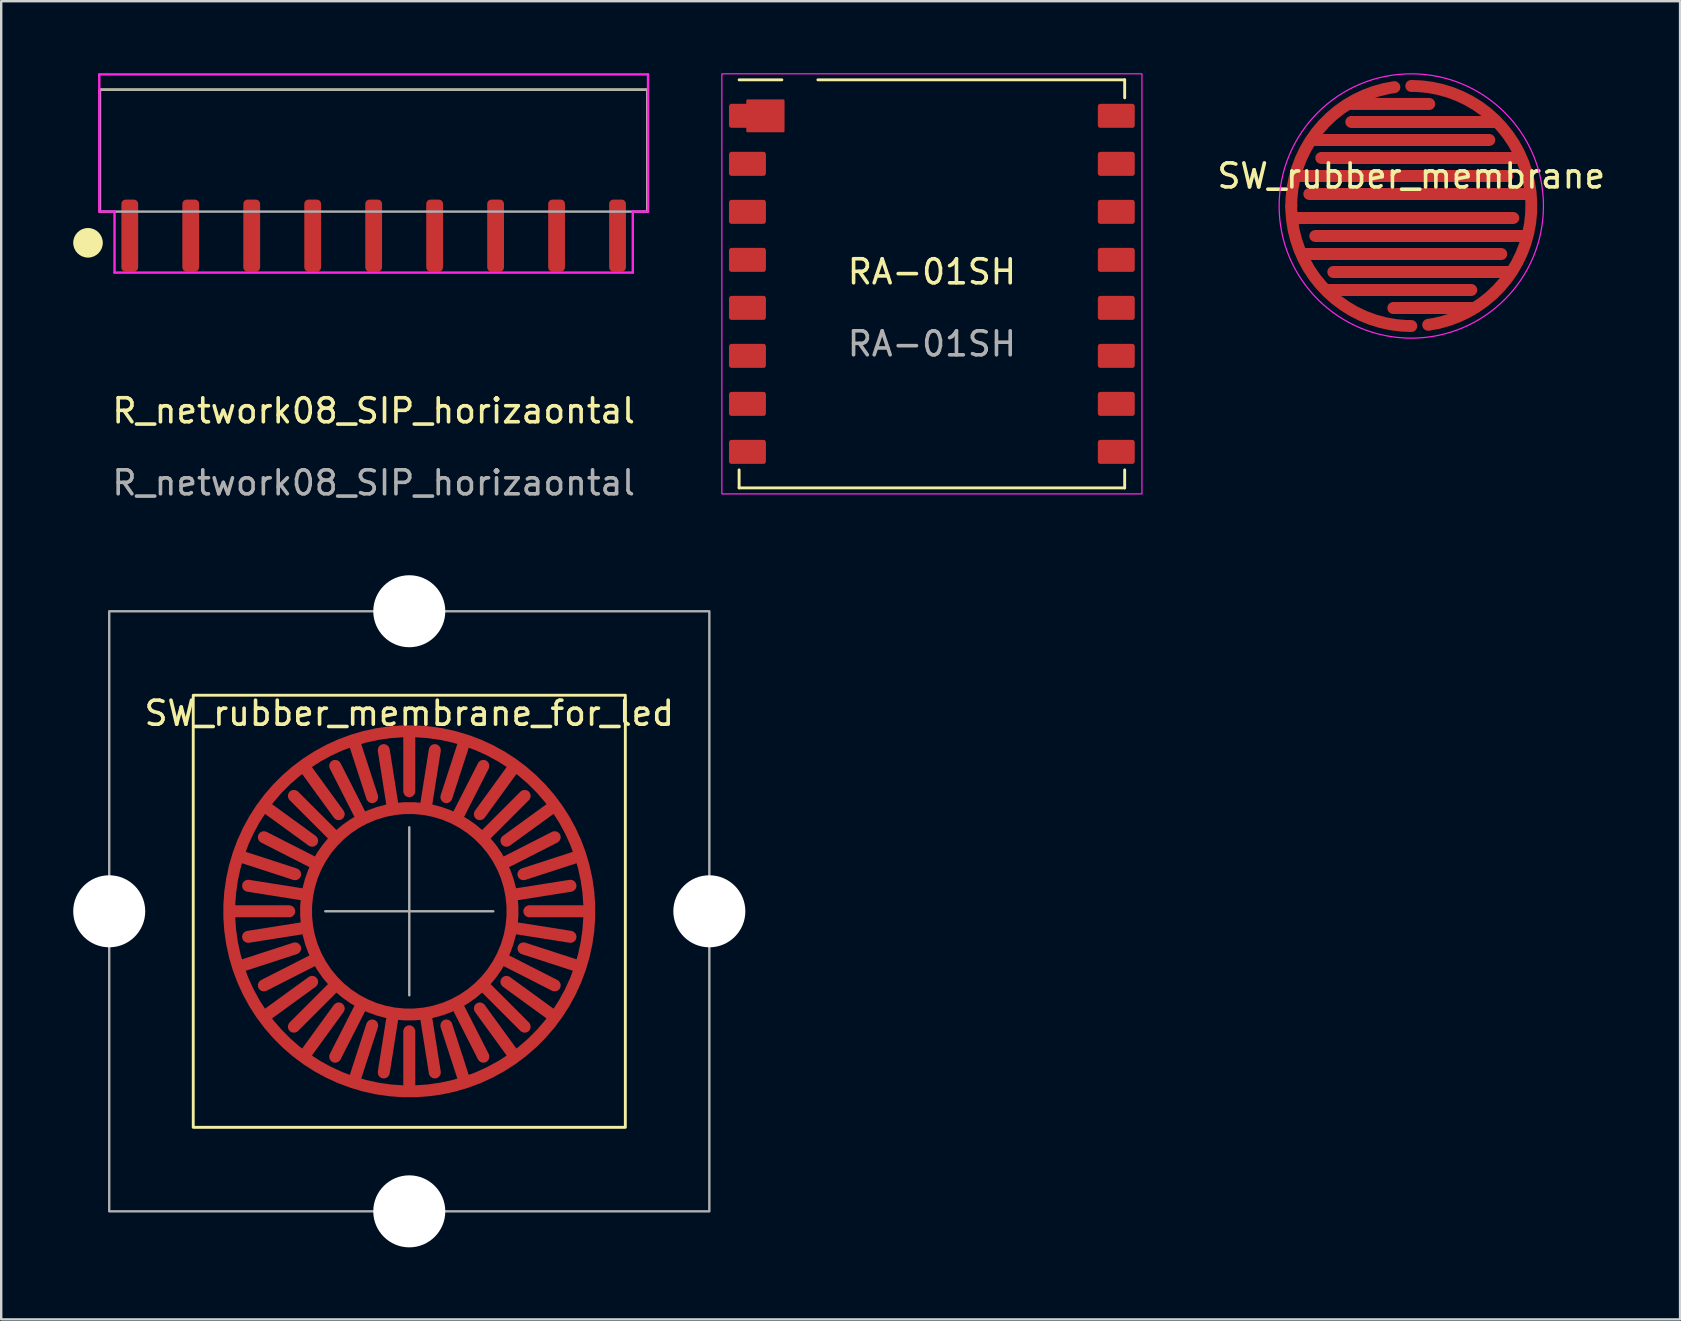
<source format=kicad_pcb>
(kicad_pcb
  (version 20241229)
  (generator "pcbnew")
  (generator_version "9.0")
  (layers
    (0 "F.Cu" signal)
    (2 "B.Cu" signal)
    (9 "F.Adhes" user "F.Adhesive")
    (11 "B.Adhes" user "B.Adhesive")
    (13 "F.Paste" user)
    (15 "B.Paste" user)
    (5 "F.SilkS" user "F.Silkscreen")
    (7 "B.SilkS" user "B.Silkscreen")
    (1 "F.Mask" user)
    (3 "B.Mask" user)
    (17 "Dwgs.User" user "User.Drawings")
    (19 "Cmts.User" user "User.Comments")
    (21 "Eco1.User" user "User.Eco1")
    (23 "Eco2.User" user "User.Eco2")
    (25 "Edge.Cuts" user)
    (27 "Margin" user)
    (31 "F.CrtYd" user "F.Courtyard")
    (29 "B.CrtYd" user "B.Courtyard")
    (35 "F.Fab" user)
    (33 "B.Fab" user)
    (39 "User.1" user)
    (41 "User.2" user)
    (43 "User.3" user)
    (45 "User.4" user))
  (footprint "SW_rubber_membrane_for_led"
    (layer "F.Cu")
    (at 14 34.913)
    (property "Reference" "SW_rubber_membrane_for_led" (at 0 -8.25 0) (unlocked yes) (layer "F.SilkS") (effects (font (size 1 1) (thickness 0.15))))
    (attr smd)
    (fp_rect (start -9 -9) (end 9 9) (stroke (width 0.12) (type solid)) (fill no) (layer "F.SilkS"))
    (fp_line (start -3.5 0) (end 3.5 0) (stroke (width 0.1) (type solid)) (layer "F.Fab"))
    (fp_line (start 0 -3.5) (end 0 3.5) (stroke (width 0.1) (type solid)) (layer "F.Fab"))
    (fp_rect (start -12.5 -12.5) (end 12.5 12.5) (stroke (width 0.1) (type solid)) (fill no) (layer "F.Fab"))
    (pad "" np_thru_hole circle (at -12.5 0) (size 3 3) (drill 3) (layers "*.Cu" "*.Mask"))
    (pad "" np_thru_hole circle (at 0 -12.5) (size 3 3) (drill 3) (layers "*.Cu" "*.Mask"))
    (pad "" np_thru_hole circle (at 0 12.5) (size 3 3) (drill 3) (layers "*.Cu" "*.Mask"))
    (pad "" np_thru_hole circle (at 12.5 0) (size 3 3) (drill 3) (layers "*.Cu" "*.Mask"))
    (pad "1" smd custom (at -7.5 0 90) (size 0.5 0.5) (layers "F.Cu" "F.Mask" "F.Paste") (options (anchor circle)) (primitives (gr_circle (center 0 7.5) (end 7.5 7.5) (width 0.5) (fill no)) (gr_line (start 0 12.5) (end 0 15) (width 0.5)) (gr_line (start 1.545 12.255) (end 2.318 14.633) (width 0.5)) (gr_line (start 2.939 11.545) (end 4.408 13.568) (width 0.5)) (gr_line (start 4.045 10.439) (end 6.068 11.908) (width 0.5)) (gr_line (start 4.755 9.045) (end 7.133 9.818) (width 0.5)) (gr_line (start 5 7.5) (end 7.5 7.5) (width 0.5)) (gr_line (start 4.755 5.955) (end 7.133 5.182) (width 0.5)) (gr_line (start 4.045 4.561) (end 6.068 3.092) (width 0.5)) (gr_line (start 2.939 3.455) (end 4.408 1.432) (width 0.5)) (gr_line (start 1.545 2.745) (end 2.318 0.367) (width 0.5)) (gr_line (start 0 2.5) (end 0 0) (width 0.5)) (gr_line (start -1.545 2.745) (end -2.318 0.367) (width 0.5)) (gr_line (start -2.939 3.455) (end -4.408 1.432) (width 0.5)) (gr_line (start -4.045 4.561) (end -6.068 3.092) (width 0.5)) (gr_line (start -4.755 5.955) (end -7.133 5.182) (width 0.5)) (gr_line (start -5 7.5) (end -7.5 7.5) (width 0.5)) (gr_line (start -4.755 9.045) (end -7.133 9.818) (width 0.5)) (gr_line (start -4.045 10.439) (end -6.068 11.908) (width 0.5)) (gr_line (start -2.939 11.545) (end -4.408 13.568) (width 0.5)) (gr_line (start -1.545 12.255) (end -2.318 14.633) (width 0.5))))
    (pad "2" smd custom (at -4.3 0) (size 0.5 0.5) (layers "F.Cu" "F.Mask" "F.Paste") (options (anchor circle)) (primitives (gr_circle (center 4.3 0) (end 8.6 0) (width 0.5) (fill no)) (gr_line (start 4.973 4.247) (end 5.364 6.716) (width 0.5)) (gr_line (start 6.252 3.831) (end 7.387 6.059) (width 0.5)) (gr_line (start 7.341 3.041) (end 9.108 4.808) (width 0.5)) (gr_line (start 8.131 1.952) (end 10.359 3.087) (width 0.5)) (gr_line (start 8.547 0.673) (end 11.016 1.064) (width 0.5)) (gr_line (start 8.547 -0.673) (end 11.016 -1.064) (width 0.5)) (gr_line (start 8.131 -1.952) (end 10.359 -3.087) (width 0.5)) (gr_line (start 7.341 -3.041) (end 9.108 -4.808) (width 0.5)) (gr_line (start 6.252 -3.831) (end 7.387 -6.059) (width 0.5)) (gr_line (start 4.973 -4.247) (end 5.364 -6.716) (width 0.5)) (gr_line (start 3.627 -4.247) (end 3.236 -6.716) (width 0.5)) (gr_line (start 2.348 -3.831) (end 1.213 -6.059) (width 0.5)) (gr_line (start 1.259 -3.041) (end -0.508 -4.808) (width 0.5)) (gr_line (start 0.469 -1.952) (end -1.759 -3.087) (width 0.5)) (gr_line (start 0.053 -0.673) (end -2.416 -1.064) (width 0.5)) (gr_line (start 0.053 0.673) (end -2.416 1.064) (width 0.5)) (gr_line (start 0.469 1.952) (end -1.759 3.087) (width 0.5)) (gr_line (start 1.259 3.041) (end -0.508 4.808) (width 0.5)) (gr_line (start 2.348 3.831) (end 1.213 6.059) (width 0.5)) (gr_line (start 3.627 4.247) (end 3.236 6.716) (width 0.5)))))
  (footprint "SW_rubber_membrane"
    (layer "F.Cu")
    (at 55.742 5.531)
    (property "Reference" "SW_rubber_membrane" (at 0 -1.25 0) (unlocked yes) (layer "F.SilkS") (effects (font (size 1 1) (thickness 0.15))))
    (attr smd)
    (fp_circle (center 0 0) (end 4.25 -3.5) (stroke (width 0.05) (type solid)) (fill no) (layer "F.CrtYd"))
    (pad "1" smd custom (at 0 -5) (size 0.5 0.5) (layers "F.Cu" "F.Mask" "F.Paste") (options (anchor circle)) (primitives (gr_arc (start 0 0) (mid 4.987514 4.646865) (end 0.704506 9.950118) (width 0.5)) (gr_line (start -2.5 1.5) (end 3.5 1.5) (width 0.5)) (gr_line (start -3.75 3) (end 4.5 3) (width 0.5)) (gr_line (start -4.25 4.5) (end 4.75 4.5) (width 0.5)) (gr_line (start -4 6.25) (end 4.75 6.25) (width 0.5)) (gr_line (start -3.25 7.75) (end 4 7.75) (width 0.5)) (gr_line (start -0.75 9.25) (end 2.5 9.25) (width 0.5))))
    (pad "2" smd circle (at -5 0) (size 0.5 0.5) (layers "F.Cu" "F.Mask" "F.Paste"))
    (pad "2" smd custom (at 0 5 180) (size 0.5 0.5) (layers "F.Cu" "F.Mask" "F.Paste") (options (anchor circle)) (primitives (gr_arc (start 0 0) (mid 4.987514 4.646865) (end 0.704506 9.950118) (width 0.5)) (gr_line (start -2.5 1.5) (end 3.5 1.5) (width 0.5)) (gr_line (start -3.75 3) (end 4.5 3) (width 0.5)) (gr_line (start -4.25 4.5) (end 4.75 4.5) (width 0.5)) (gr_line (start -4 6.25) (end 4.75 6.25) (width 0.5)) (gr_line (start -3.25 7.75) (end 4 7.75) (width 0.5)) (gr_line (start -0.75 9.25) (end 2.5 9.25) (width 0.5)))))
  (footprint "RA-01SH"
    (layer "F.Cu")
    (at 35.771 8.775)
    (property "Reference" "RA-01SH" (at 0 -0.5 0) (unlocked yes) (layer "F.SilkS") (effects (font (size 1 1) (thickness 0.15))))
    (attr smd)
    (fp_rect (start -7.682 -7.635) (end -6.188 -6.365) (stroke (width 0.1) (type solid)) (fill yes) (layer "F.Cu"))
    (fp_line (start -8.031 -8.5) (end -6.25 -8.5) (stroke (width 0.12) (type solid)) (layer "F.SilkS"))
    (fp_line (start -8.031 8.5) (end -8.031 7.75) (stroke (width 0.12) (type solid)) (layer "F.SilkS"))
    (fp_line (start -4.75 -8.5) (end 8.031 -8.5) (stroke (width 0.12) (type solid)) (layer "F.SilkS"))
    (fp_line (start 8.031 -8.5) (end 8.031 -7.75) (stroke (width 0.12) (type solid)) (layer "F.SilkS"))
    (fp_line (start 8.031 8.5) (end -8.031 8.5) (stroke (width 0.12) (type solid)) (layer "F.SilkS"))
    (fp_line (start 8.031 8.5) (end 8.031 7.75) (stroke (width 0.12) (type solid)) (layer "F.SilkS"))
    (fp_rect (start -8.75 -8.75) (end 8.75 8.75) (stroke (width 0.05) (type solid)) (fill no) (layer "F.CrtYd"))
    (fp_text user "${REFERENCE}" (at 0 2.5 0) (unlocked yes) (layer "F.Fab") (effects (font (size 1 1) (thickness 0.15))))
    (pad "1" smd roundrect (at -7.682 -7 180) (size 1.536 1) (layers "F.Cu" "F.Mask" "F.Paste") (roundrect_rratio 0.1))
    (pad "1" smd roundrect (at -7.682 -5 180) (size 1.536 1) (layers "F.Cu" "F.Mask" "F.Paste") (roundrect_rratio 0.1))
    (pad "1" smd roundrect (at -7.682 -3 180) (size 1.536 1) (layers "F.Cu" "F.Mask" "F.Paste") (roundrect_rratio 0.1))
    (pad "1" smd roundrect (at -7.682 -1 180) (size 1.536 1) (layers "F.Cu" "F.Mask" "F.Paste") (roundrect_rratio 0.1))
    (pad "1" smd roundrect (at -7.682 1 180) (size 1.536 1) (layers "F.Cu" "F.Mask" "F.Paste") (roundrect_rratio 0.1))
    (pad "1" smd roundrect (at -7.682 3 180) (size 1.536 1) (layers "F.Cu" "F.Mask" "F.Paste") (roundrect_rratio 0.1))
    (pad "1" smd roundrect (at -7.682 5 180) (size 1.536 1) (layers "F.Cu" "F.Mask" "F.Paste") (roundrect_rratio 0.1))
    (pad "1" smd roundrect (at -7.682 7 180) (size 1.536 1) (layers "F.Cu" "F.Mask" "F.Paste") (roundrect_rratio 0.1))
    (pad "1" smd roundrect (at 7.682 -7 180) (size 1.536 1) (layers "F.Cu" "F.Mask" "F.Paste") (roundrect_rratio 0.1))
    (pad "1" smd roundrect (at 7.682 -5 180) (size 1.536 1) (layers "F.Cu" "F.Mask" "F.Paste") (roundrect_rratio 0.1))
    (pad "1" smd roundrect (at 7.682 -3 180) (size 1.536 1) (layers "F.Cu" "F.Mask" "F.Paste") (roundrect_rratio 0.1))
    (pad "1" smd roundrect (at 7.682 -1 180) (size 1.536 1) (layers "F.Cu" "F.Mask" "F.Paste") (roundrect_rratio 0.1))
    (pad "1" smd roundrect (at 7.682 1 180) (size 1.536 1) (layers "F.Cu" "F.Mask" "F.Paste") (roundrect_rratio 0.1))
    (pad "1" smd roundrect (at 7.682 3 180) (size 1.536 1) (layers "F.Cu" "F.Mask" "F.Paste") (roundrect_rratio 0.1))
    (pad "1" smd roundrect (at 7.682 5 180) (size 1.536 1) (layers "F.Cu" "F.Mask" "F.Paste") (roundrect_rratio 0.1))
    (pad "1" smd roundrect (at 7.682 7 180) (size 1.536 1) (layers "F.Cu" "F.Mask" "F.Paste") (roundrect_rratio 0.1)))
  (footprint "R_network08_SIP_horizaontal"
    (layer "F.Cu")
    (at 12.516 5.765)
    (property "Reference" "R_network08_SIP_horizaontal" (at 0 8.3 0) (unlocked yes) (layer "F.SilkS") (effects (font (size 1 1) (thickness 0.15))))
    (attr smd)
    (fp_line (start -11.405 -5.08) (end 11.405 -5.08) (stroke (width 0.1) (type solid)) (layer "F.SilkS"))
    (fp_line (start -11.405 0) (end -11.405 -5.08) (stroke (width 0.1) (type solid)) (layer "F.SilkS"))
    (fp_line (start 11.405 -5.08) (end 11.405 0) (stroke (width 0.1) (type solid)) (layer "F.SilkS"))
    (fp_circle (center -11.9 1.3) (end -11.334 1.3) (stroke (width 0.1) (type solid)) (fill yes) (layer "F.SilkS"))
    (fp_line (start -11.43 -5.715) (end 11.43 -5.715) (stroke (width 0.1) (type solid)) (layer "F.CrtYd"))
    (fp_line (start -11.43 0) (end -11.43 -5.715) (stroke (width 0.1) (type solid)) (layer "F.CrtYd"))
    (fp_line (start -10.795 0) (end -11.43 0) (stroke (width 0.1) (type solid)) (layer "F.CrtYd"))
    (fp_line (start -10.795 0) (end -10.795 2.54) (stroke (width 0.1) (type solid)) (layer "F.CrtYd"))
    (fp_line (start 10.795 0) (end 10.795 2.54) (stroke (width 0.1) (type solid)) (layer "F.CrtYd"))
    (fp_line (start 10.795 0) (end 11.43 0) (stroke (width 0.1) (type solid)) (layer "F.CrtYd"))
    (fp_line (start 10.795 2.54) (end -10.795 2.54) (stroke (width 0.1) (type solid)) (layer "F.CrtYd"))
    (fp_line (start 11.43 -5.715) (end 11.43 0) (stroke (width 0.1) (type solid)) (layer "F.CrtYd"))
    (fp_rect (start -11.405 -5.08) (end 11.405 0) (stroke (width 0.1) (type solid)) (fill no) (layer "F.Fab"))
    (fp_text user "${REFERENCE}" (at 0 11.3 0) (unlocked yes) (layer "F.Fab") (effects (font (size 1 1) (thickness 0.15))))
    (pad "1" smd roundrect (at -10.16 1) (size 0.7 3) (layers "F.Cu" "F.Mask" "F.Paste") (roundrect_rratio 0.25))
    (pad "2" smd roundrect (at -7.62 1) (size 0.7 3) (layers "F.Cu" "F.Mask" "F.Paste") (roundrect_rratio 0.25))
    (pad "3" smd roundrect (at -5.08 1) (size 0.7 3) (layers "F.Cu" "F.Mask" "F.Paste") (roundrect_rratio 0.25))
    (pad "4" smd roundrect (at -2.54 1) (size 0.7 3) (layers "F.Cu" "F.Mask" "F.Paste") (roundrect_rratio 0.25))
    (pad "5" smd roundrect (at 0 1) (size 0.7 3) (layers "F.Cu" "F.Mask" "F.Paste") (roundrect_rratio 0.25))
    (pad "6" smd roundrect (at 2.54 1) (size 0.7 3) (layers "F.Cu" "F.Mask" "F.Paste") (roundrect_rratio 0.25))
    (pad "7" smd roundrect (at 5.08 1) (size 0.7 3) (layers "F.Cu" "F.Mask" "F.Paste") (roundrect_rratio 0.25))
    (pad "8" smd roundrect (at 7.62 1) (size 0.7 3) (layers "F.Cu" "F.Mask" "F.Paste") (roundrect_rratio 0.25))
    (pad "9" smd roundrect (at 10.16 1) (size 0.7 3) (layers "F.Cu" "F.Mask" "F.Paste") (roundrect_rratio 0.25)))
  (gr_rect
    (start -3 -3)
    (end 66.939 51.913)
    (stroke (width 0.1) (type default))
    (fill no)
    (layer "Edge.Cuts")))
</source>
